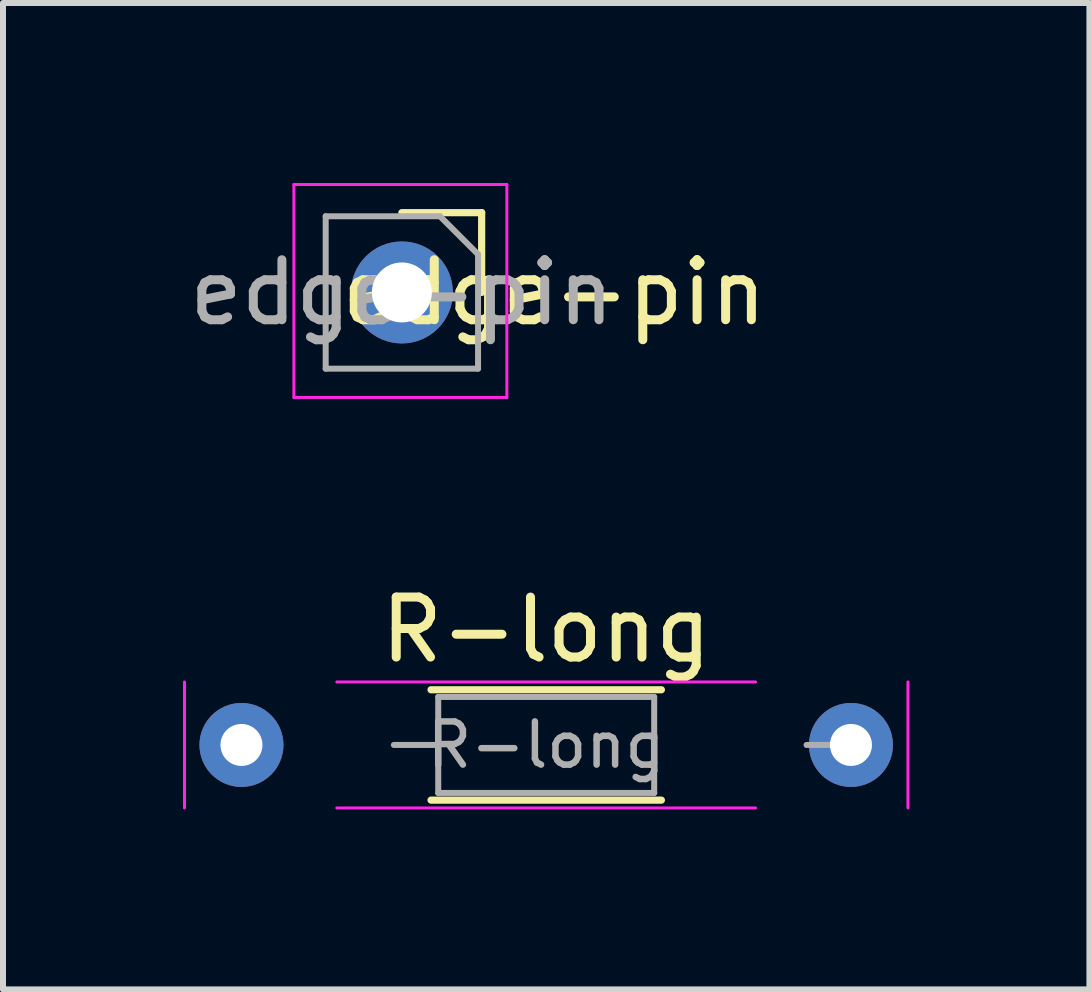
<source format=kicad_pcb>
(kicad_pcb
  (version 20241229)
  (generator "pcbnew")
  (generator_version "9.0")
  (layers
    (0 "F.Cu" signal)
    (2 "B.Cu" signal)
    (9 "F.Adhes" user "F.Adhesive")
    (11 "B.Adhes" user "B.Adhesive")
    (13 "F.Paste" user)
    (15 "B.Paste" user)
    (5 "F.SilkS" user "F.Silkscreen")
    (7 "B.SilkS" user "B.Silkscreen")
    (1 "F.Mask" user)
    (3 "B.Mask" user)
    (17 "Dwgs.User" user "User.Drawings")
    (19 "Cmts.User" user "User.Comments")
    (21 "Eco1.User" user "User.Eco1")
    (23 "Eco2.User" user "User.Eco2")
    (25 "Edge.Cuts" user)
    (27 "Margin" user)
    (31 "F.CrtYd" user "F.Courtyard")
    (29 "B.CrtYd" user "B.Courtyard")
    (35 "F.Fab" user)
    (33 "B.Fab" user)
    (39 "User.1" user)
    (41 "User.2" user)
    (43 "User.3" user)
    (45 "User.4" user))
  (footprint "edge-pin"
    (layer "F.Cu")
    (at 3.649 1.825)
    (property "Reference" "edge-pin" (at 2.54 0 0) (layer "F.SilkS") (effects (font (size 1 1) (thickness 0.15))))
    (attr through_hole)
    (fp_line (start 0 -1.33) (end 1.33 -1.33) (stroke (width 0.12) (type solid)) (layer "F.SilkS"))
    (fp_line (start 1.33 -1.33) (end 1.33 0) (stroke (width 0.12) (type solid)) (layer "F.SilkS"))
    (fp_line (start -1.8 -1.8) (end 1.75 -1.8) (stroke (width 0.05) (type solid)) (layer "F.CrtYd"))
    (fp_line (start -1.8 1.75) (end -1.8 -1.8) (stroke (width 0.05) (type solid)) (layer "F.CrtYd"))
    (fp_line (start 1.75 -1.8) (end 1.75 1.75) (stroke (width 0.05) (type solid)) (layer "F.CrtYd"))
    (fp_line (start 1.75 1.75) (end -1.8 1.75) (stroke (width 0.05) (type solid)) (layer "F.CrtYd"))
    (fp_line (start -1.27 -1.27) (end 0.635 -1.27) (stroke (width 0.1) (type solid)) (layer "F.Fab"))
    (fp_line (start -1.27 1.27) (end -1.27 -1.27) (stroke (width 0.1) (type solid)) (layer "F.Fab"))
    (fp_line (start 0.635 -1.27) (end 1.27 -0.635) (stroke (width 0.1) (type solid)) (layer "F.Fab"))
    (fp_line (start 1.27 -0.635) (end 1.27 1.27) (stroke (width 0.1) (type solid)) (layer "F.Fab"))
    (fp_line (start 1.27 1.27) (end -1.27 1.27) (stroke (width 0.1) (type solid)) (layer "F.Fab"))
    (fp_text user "${REFERENCE}" (at 0 0 0) (layer "F.Fab") (effects (font (size 1 1) (thickness 0.15))))
    (pad "1" thru_hole circle (at 0 0) (size 1.7 1.7) (drill 1) (layers "*.Cu" "*.Mask")))
  (footprint "R-long"
    (layer "F.Cu")
    (at 0.975 9.368)
    (property "Reference" "R-long" (at 5.08 -1.92 0) (layer "F.SilkS") (effects (font (size 1 1) (thickness 0.15))))
    (attr through_hole)
    (fp_line (start 3.16 -0.92) (end 7 -0.92) (stroke (width 0.12) (type solid)) (layer "F.SilkS"))
    (fp_line (start 3.16 0.92) (end 7 0.92) (stroke (width 0.12) (type solid)) (layer "F.SilkS"))
    (fp_line (start -0.95 -1.05) (end -0.95 1.05) (stroke (width 0.05) (type solid)) (layer "F.CrtYd"))
    (fp_line (start 1.59 1.05) (end 8.57 1.05) (stroke (width 0.05) (type solid)) (layer "F.CrtYd"))
    (fp_line (start 8.57 -1.05) (end 1.59 -1.05) (stroke (width 0.05) (type solid)) (layer "F.CrtYd"))
    (fp_line (start 11.11 1.05) (end 11.11 -1.05) (stroke (width 0.05) (type solid)) (layer "F.CrtYd"))
    (fp_line (start 2.54 0) (end 3.28 0) (stroke (width 0.1) (type solid)) (layer "F.Fab"))
    (fp_line (start 3.28 -0.8) (end 3.28 0.8) (stroke (width 0.1) (type solid)) (layer "F.Fab"))
    (fp_line (start 3.28 0.8) (end 6.88 0.8) (stroke (width 0.1) (type solid)) (layer "F.Fab"))
    (fp_line (start 6.88 -0.8) (end 3.28 -0.8) (stroke (width 0.1) (type solid)) (layer "F.Fab"))
    (fp_line (start 6.88 0.8) (end 6.88 -0.8) (stroke (width 0.1) (type solid)) (layer "F.Fab"))
    (fp_line (start 10.16 0) (end 9.42 0) (stroke (width 0.1) (type solid)) (layer "F.Fab"))
    (fp_text user "${REFERENCE}" (at 5.08 0 0) (layer "F.Fab") (effects (font (size 0.72 0.72) (thickness 0.108))))
    (pad "1" thru_hole circle (at 0 0) (size 1.4 1.4) (drill 0.7) (layers "*.Cu" "*.Mask"))
    (pad "2" thru_hole oval (at 10.16 0) (size 1.4 1.4) (drill 0.7) (layers "*.Cu" "*.Mask")))
  (gr_rect
    (start -3 -3)
    (end 15.11 13.443)
    (stroke (width 0.1) (type default))
    (fill no)
    (layer "Edge.Cuts")))
</source>
